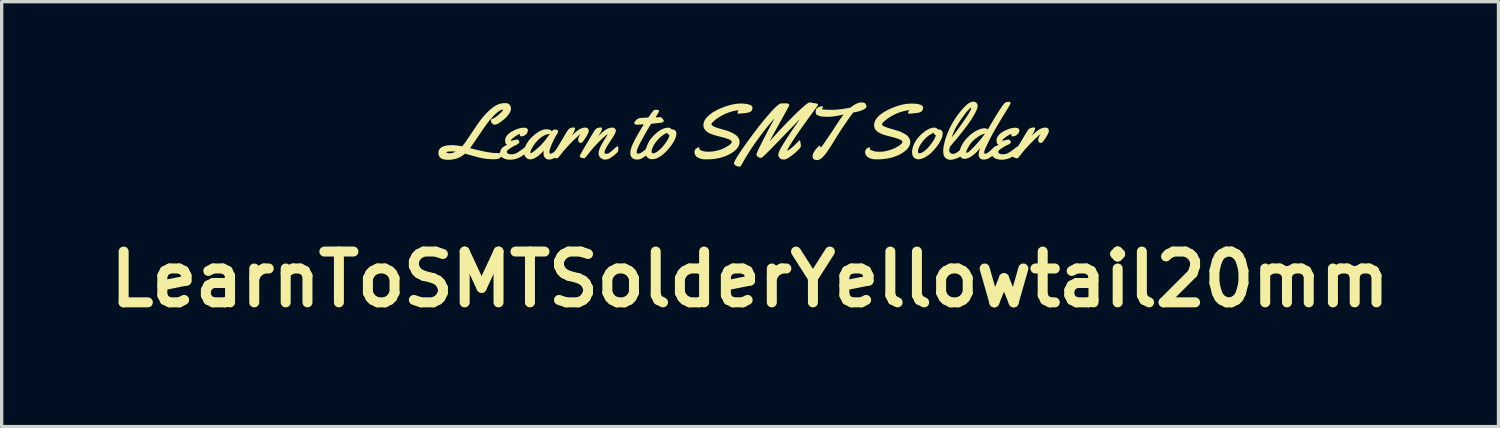
<source format=kicad_pcb>
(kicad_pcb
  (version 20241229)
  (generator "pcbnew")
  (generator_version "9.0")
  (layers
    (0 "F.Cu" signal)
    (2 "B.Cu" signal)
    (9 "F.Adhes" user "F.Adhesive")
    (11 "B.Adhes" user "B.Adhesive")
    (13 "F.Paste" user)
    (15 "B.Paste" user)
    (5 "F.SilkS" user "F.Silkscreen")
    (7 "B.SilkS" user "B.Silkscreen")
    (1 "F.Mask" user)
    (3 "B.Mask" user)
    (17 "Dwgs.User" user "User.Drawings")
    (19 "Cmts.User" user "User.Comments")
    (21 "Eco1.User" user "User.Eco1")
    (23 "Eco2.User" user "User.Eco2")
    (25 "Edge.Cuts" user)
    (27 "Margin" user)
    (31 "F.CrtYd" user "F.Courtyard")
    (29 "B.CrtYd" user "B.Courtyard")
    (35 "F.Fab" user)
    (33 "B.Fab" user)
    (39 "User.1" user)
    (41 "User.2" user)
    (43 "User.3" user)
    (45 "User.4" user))
  (footprint "LearnToSMTSolderYellowtail20mm"
    (layer "F.Cu")
    (at 19.456 5.333)
    (property "Reference" "LearnToSMTSolderYellowtail20mm" (at 0 0 0) (layer "F.SilkS") (effects (font (size 1.524 1.524) (thickness 0.3))))
    (attr board_only exclude_from_pos_files exclude_from_bom)
    (fp_poly (pts (xy 5.558 -4.551) (xy 5.592 -4.539) (xy 5.617 -4.519) (xy 5.629 -4.507) (xy 5.643 -4.501) (xy 5.665 -4.5) (xy 5.665 -4.5) (xy 5.698 -4.495) (xy 5.73 -4.48) (xy 5.756 -4.459) (xy 5.771 -4.435) (xy 5.777 -4.411) (xy 5.779 -4.378) (xy 5.777 -4.341) (xy 5.772 -4.304) (xy 5.764 -4.272) (xy 5.764 -4.27) (xy 5.73 -4.19) (xy 5.685 -4.107) (xy 5.63 -4.023) (xy 5.565 -3.938) (xy 5.491 -3.855) (xy 5.468 -3.831) (xy 5.41 -3.775) (xy 5.354 -3.729) (xy 5.298 -3.691) (xy 5.244 -3.66) (xy 5.178 -3.629) (xy 5.117 -3.611) (xy 5.06 -3.604) (xy 5.012 -3.607) (xy 4.966 -3.621) (xy 4.928 -3.644) (xy 4.898 -3.677) (xy 4.877 -3.718) (xy 4.864 -3.767) (xy 4.861 -3.823) (xy 4.862 -3.842) (xy 5.039 -3.842) (xy 5.042 -3.811) (xy 5.053 -3.791) (xy 5.071 -3.781) (xy 5.098 -3.782) (xy 5.132 -3.793) (xy 5.149 -3.801) (xy 5.177 -3.816) (xy 5.208 -3.835) (xy 5.23 -3.85) (xy 5.274 -3.886) (xy 5.322 -3.932) (xy 5.37 -3.985) (xy 5.418 -4.044) (xy 5.463 -4.104) (xy 5.503 -4.165) (xy 5.536 -4.223) (xy 5.553 -4.259) (xy 5.565 -4.29) (xy 5.571 -4.313) (xy 5.569 -4.328) (xy 5.56 -4.338) (xy 5.549 -4.343) (xy 5.531 -4.35) (xy 5.521 -4.359) (xy 5.516 -4.373) (xy 5.514 -4.38) (xy 5.51 -4.401) (xy 5.455 -4.373) (xy 5.38 -4.329) (xy 5.307 -4.273) (xy 5.238 -4.207) (xy 5.175 -4.133) (xy 5.118 -4.051) (xy 5.092 -4.007) (xy 5.067 -3.955) (xy 5.049 -3.905) (xy 5.04 -3.86) (xy 5.039 -3.842) (xy 4.862 -3.842) (xy 4.866 -3.885) (xy 4.88 -3.951) (xy 4.904 -4.023) (xy 4.905 -4.023) (xy 4.947 -4.114) (xy 5.002 -4.201) (xy 5.069 -4.284) (xy 5.147 -4.362) (xy 5.236 -4.435) (xy 5.254 -4.448) (xy 5.31 -4.484) (xy 5.366 -4.513) (xy 5.42 -4.535) (xy 5.471 -4.548) (xy 5.517 -4.554)) (stroke (width 0) (type solid)) (fill yes) (layer "F.SilkS"))
    (fp_poly (pts (xy -4.461 -4.559) (xy -4.453 -4.555) (xy -4.447 -4.548) (xy -4.447 -4.547) (xy -4.442 -4.527) (xy -4.446 -4.499) (xy -4.458 -4.464) (xy -4.479 -4.42) (xy -4.51 -4.368) (xy -4.517 -4.356) (xy -4.554 -4.297) (xy -4.496 -4.355) (xy -4.426 -4.42) (xy -4.359 -4.472) (xy -4.296 -4.511) (xy -4.237 -4.538) (xy -4.18 -4.552) (xy -4.144 -4.555) (xy -4.106 -4.552) (xy -4.075 -4.54) (xy -4.05 -4.52) (xy -4.043 -4.512) (xy -4.033 -4.498) (xy -4.028 -4.485) (xy -4.027 -4.468) (xy -4.029 -4.452) (xy -4.032 -4.432) (xy -4.038 -4.41) (xy -4.048 -4.385) (xy -4.063 -4.355) (xy -4.083 -4.32) (xy -4.109 -4.277) (xy -4.141 -4.227) (xy -4.17 -4.183) (xy -4.216 -4.112) (xy -4.255 -4.051) (xy -4.288 -3.999) (xy -4.313 -3.954) (xy -4.333 -3.916) (xy -4.348 -3.883) (xy -4.358 -3.855) (xy -4.363 -3.831) (xy -4.365 -3.823) (xy -4.366 -3.802) (xy -4.364 -3.789) (xy -4.357 -3.781) (xy -4.353 -3.778) (xy -4.33 -3.769) (xy -4.302 -3.767) (xy -4.272 -3.773) (xy -4.263 -3.776) (xy -4.232 -3.793) (xy -4.193 -3.819) (xy -4.149 -3.855) (xy -4.096 -3.901) (xy -4.084 -3.913) (xy -4.048 -3.945) (xy -4.021 -3.968) (xy -4 -3.983) (xy -3.985 -3.991) (xy -3.974 -3.992) (xy -3.965 -3.986) (xy -3.962 -3.983) (xy -3.956 -3.967) (xy -3.953 -3.942) (xy -3.952 -3.911) (xy -3.954 -3.88) (xy -3.958 -3.851) (xy -3.961 -3.842) (xy -3.97 -3.825) (xy -3.989 -3.804) (xy -4.015 -3.778) (xy -4.047 -3.749) (xy -4.083 -3.72) (xy -4.12 -3.691) (xy -4.158 -3.665) (xy -4.193 -3.642) (xy -4.221 -3.626) (xy -4.264 -3.609) (xy -4.311 -3.598) (xy -4.358 -3.595) (xy -4.399 -3.599) (xy -4.406 -3.601) (xy -4.438 -3.615) (xy -4.471 -3.637) (xy -4.5 -3.663) (xy -4.511 -3.676) (xy -4.531 -3.709) (xy -4.542 -3.746) (xy -4.545 -3.789) (xy -4.539 -3.837) (xy -4.525 -3.891) (xy -4.502 -3.952) (xy -4.47 -4.02) (xy -4.428 -4.096) (xy -4.377 -4.181) (xy -4.359 -4.21) (xy -4.33 -4.255) (xy -4.308 -4.29) (xy -4.292 -4.316) (xy -4.282 -4.335) (xy -4.277 -4.346) (xy -4.276 -4.352) (xy -4.277 -4.353) (xy -4.288 -4.349) (xy -4.307 -4.336) (xy -4.332 -4.315) (xy -4.363 -4.289) (xy -4.398 -4.257) (xy -4.437 -4.222) (xy -4.477 -4.183) (xy -4.519 -4.143) (xy -4.559 -4.102) (xy -4.598 -4.062) (xy -4.607 -4.052) (xy -4.664 -3.991) (xy -4.716 -3.933) (xy -4.766 -3.874) (xy -4.817 -3.811) (xy -4.869 -3.745) (xy -4.893 -3.714) (xy -4.916 -3.687) (xy -4.935 -3.665) (xy -4.949 -3.649) (xy -4.955 -3.644) (xy -4.972 -3.636) (xy -4.991 -3.633) (xy -5.009 -3.636) (xy -5.034 -3.642) (xy -5.06 -3.651) (xy -5.083 -3.66) (xy -5.098 -3.668) (xy -5.098 -3.668) (xy -5.105 -3.681) (xy -5.106 -3.702) (xy -5.101 -3.727) (xy -5.097 -3.736) (xy -5.092 -3.747) (xy -5.08 -3.768) (xy -5.063 -3.797) (xy -5.042 -3.835) (xy -5.016 -3.879) (xy -4.988 -3.928) (xy -4.957 -3.981) (xy -4.924 -4.036) (xy -4.891 -4.093) (xy -4.857 -4.15) (xy -4.824 -4.206) (xy -4.792 -4.259) (xy -4.763 -4.309) (xy -4.736 -4.354) (xy -4.712 -4.392) (xy -4.693 -4.423) (xy -4.679 -4.445) (xy -4.674 -4.453) (xy -4.648 -4.49) (xy -4.622 -4.517) (xy -4.596 -4.535) (xy -4.563 -4.547) (xy -4.523 -4.555) (xy -4.499 -4.558) (xy -4.475 -4.559)) (stroke (width 0) (type solid)) (fill yes) (layer "F.SilkS"))
    (fp_poly (pts (xy 3.382 -5.307) (xy 3.418 -5.3) (xy 3.445 -5.288) (xy 3.448 -5.286) (xy 3.466 -5.267) (xy 3.481 -5.24) (xy 3.491 -5.21) (xy 3.493 -5.191) (xy 3.487 -5.165) (xy 3.468 -5.139) (xy 3.437 -5.114) (xy 3.396 -5.09) (xy 3.344 -5.068) (xy 3.284 -5.048) (xy 3.215 -5.03) (xy 3.18 -5.023) (xy 3.152 -5.018) (xy 3.128 -5.014) (xy 3.112 -5.01) (xy 3.109 -5.01) (xy 3.102 -5.006) (xy 3.093 -4.999) (xy 3.08 -4.986) (xy 3.065 -4.967) (xy 3.045 -4.941) (xy 3.021 -4.908) (xy 2.991 -4.866) (xy 2.956 -4.815) (xy 2.913 -4.754) (xy 2.899 -4.733) (xy 2.852 -4.665) (xy 2.812 -4.606) (xy 2.776 -4.554) (xy 2.745 -4.507) (xy 2.716 -4.464) (xy 2.689 -4.422) (xy 2.662 -4.38) (xy 2.635 -4.336) (xy 2.605 -4.288) (xy 2.572 -4.234) (xy 2.557 -4.21) (xy 2.5 -4.117) (xy 2.449 -4.035) (xy 2.403 -3.964) (xy 2.361 -3.901) (xy 2.324 -3.846) (xy 2.291 -3.799) (xy 2.26 -3.759) (xy 2.232 -3.724) (xy 2.206 -3.694) (xy 2.186 -3.674) (xy 2.152 -3.642) (xy 2.114 -3.615) (xy 2.079 -3.595) (xy 2.061 -3.588) (xy 2.025 -3.581) (xy 1.985 -3.581) (xy 1.949 -3.589) (xy 1.933 -3.595) (xy 1.906 -3.612) (xy 1.889 -3.631) (xy 1.88 -3.656) (xy 1.877 -3.69) (xy 1.877 -3.695) (xy 1.878 -3.726) (xy 1.883 -3.75) (xy 1.893 -3.776) (xy 1.897 -3.787) (xy 1.914 -3.817) (xy 1.936 -3.851) (xy 1.961 -3.885) (xy 1.988 -3.919) (xy 2.015 -3.95) (xy 2.041 -3.977) (xy 2.064 -3.998) (xy 2.083 -4.01) (xy 2.093 -4.013) (xy 2.102 -4.011) (xy 2.106 -4.003) (xy 2.107 -3.987) (xy 2.109 -3.967) (xy 2.117 -3.96) (xy 2.128 -3.965) (xy 2.135 -3.972) (xy 2.152 -3.992) (xy 2.175 -4.022) (xy 2.204 -4.062) (xy 2.238 -4.11) (xy 2.277 -4.166) (xy 2.319 -4.228) (xy 2.365 -4.295) (xy 2.414 -4.367) (xy 2.464 -4.442) (xy 2.515 -4.52) (xy 2.567 -4.6) (xy 2.619 -4.68) (xy 2.62 -4.682) (xy 2.648 -4.723) (xy 2.677 -4.767) (xy 2.705 -4.809) (xy 2.731 -4.846) (xy 2.751 -4.874) (xy 2.771 -4.9) (xy 2.787 -4.922) (xy 2.798 -4.938) (xy 2.803 -4.946) (xy 2.803 -4.947) (xy 2.795 -4.945) (xy 2.777 -4.941) (xy 2.752 -4.936) (xy 2.728 -4.93) (xy 2.618 -4.907) (xy 2.516 -4.891) (xy 2.42 -4.881) (xy 2.328 -4.878) (xy 2.243 -4.88) (xy 2.193 -4.883) (xy 2.153 -4.887) (xy 2.12 -4.892) (xy 2.092 -4.898) (xy 2.066 -4.907) (xy 2.038 -4.919) (xy 2.036 -4.92) (xy 2.012 -4.931) (xy 1.997 -4.942) (xy 1.987 -4.954) (xy 1.979 -4.971) (xy 1.97 -5.005) (xy 1.968 -5.043) (xy 1.974 -5.081) (xy 1.983 -5.105) (xy 2.002 -5.13) (xy 2.03 -5.153) (xy 2.066 -5.172) (xy 2.104 -5.186) (xy 2.142 -5.193) (xy 2.154 -5.193) (xy 2.178 -5.191) (xy 2.19 -5.184) (xy 2.19 -5.171) (xy 2.179 -5.151) (xy 2.177 -5.148) (xy 2.167 -5.131) (xy 2.161 -5.119) (xy 2.16 -5.115) (xy 2.165 -5.108) (xy 2.181 -5.102) (xy 2.208 -5.098) (xy 2.248 -5.094) (xy 2.299 -5.091) (xy 2.362 -5.089) (xy 2.461 -5.088) (xy 2.558 -5.091) (xy 2.655 -5.099) (xy 2.755 -5.111) (xy 2.864 -5.127) (xy 2.918 -5.137) (xy 3.007 -5.153) (xy 3.068 -5.197) (xy 3.124 -5.235) (xy 3.175 -5.264) (xy 3.222 -5.285) (xy 3.269 -5.3) (xy 3.305 -5.307) (xy 3.343 -5.31)) (stroke (width 0) (type solid)) (fill yes) (layer "F.SilkS"))
    (fp_poly (pts (xy -0.201 -5.275) (xy -0.188 -5.274) (xy -0.116 -5.265) (xy -0.056 -5.253) (xy -0.007 -5.238) (xy 0.031 -5.22) (xy 0.057 -5.199) (xy 0.07 -5.175) (xy 0.07 -5.173) (xy 0.071 -5.15) (xy 0.068 -5.12) (xy 0.06 -5.09) (xy 0.05 -5.066) (xy 0.047 -5.06) (xy 0.028 -5.041) (xy 0.001 -5.024) (xy -0.036 -5.011) (xy -0.082 -4.999) (xy -0.14 -4.99) (xy -0.21 -4.983) (xy -0.24 -4.981) (xy -0.275 -4.978) (xy -0.306 -4.976) (xy -0.33 -4.973) (xy -0.344 -4.971) (xy -0.347 -4.97) (xy -0.362 -4.97) (xy -0.371 -4.979) (xy -0.375 -4.995) (xy -0.373 -5.017) (xy -0.365 -5.04) (xy -0.358 -5.053) (xy -0.34 -5.08) (xy -0.368 -5.076) (xy -0.496 -5.052) (xy -0.624 -5.014) (xy -0.752 -4.964) (xy -0.755 -4.963) (xy -0.842 -4.919) (xy -0.926 -4.87) (xy -1.004 -4.817) (xy -1.073 -4.762) (xy -1.122 -4.715) (xy -1.144 -4.689) (xy -1.157 -4.669) (xy -1.159 -4.652) (xy -1.152 -4.635) (xy -1.137 -4.618) (xy -1.121 -4.605) (xy -1.098 -4.592) (xy -1.069 -4.578) (xy -1.03 -4.563) (xy -0.983 -4.547) (xy -0.924 -4.529) (xy -0.855 -4.508) (xy -0.813 -4.496) (xy -0.757 -4.48) (xy -0.71 -4.467) (xy -0.672 -4.454) (xy -0.64 -4.443) (xy -0.611 -4.432) (xy -0.584 -4.42) (xy -0.555 -4.406) (xy -0.55 -4.404) (xy -0.499 -4.377) (xy -0.458 -4.353) (xy -0.425 -4.33) (xy -0.397 -4.306) (xy -0.373 -4.28) (xy -0.369 -4.276) (xy -0.338 -4.227) (xy -0.319 -4.176) (xy -0.314 -4.12) (xy -0.321 -4.061) (xy -0.324 -4.05) (xy -0.344 -3.998) (xy -0.376 -3.946) (xy -0.42 -3.896) (xy -0.474 -3.847) (xy -0.537 -3.801) (xy -0.609 -3.759) (xy -0.687 -3.72) (xy -0.772 -3.686) (xy -0.861 -3.657) (xy -0.955 -3.634) (xy -1.03 -3.621) (xy -1.082 -3.614) (xy -1.139 -3.608) (xy -1.2 -3.604) (xy -1.26 -3.602) (xy -1.317 -3.601) (xy -1.367 -3.602) (xy -1.407 -3.605) (xy -1.472 -3.617) (xy -1.529 -3.636) (xy -1.577 -3.662) (xy -1.617 -3.694) (xy -1.645 -3.731) (xy -1.663 -3.773) (xy -1.668 -3.814) (xy -1.663 -3.857) (xy -1.647 -3.894) (xy -1.619 -3.925) (xy -1.579 -3.95) (xy -1.565 -3.957) (xy -1.544 -3.962) (xy -1.527 -3.961) (xy -1.517 -3.954) (xy -1.517 -3.942) (xy -1.517 -3.941) (xy -1.523 -3.921) (xy -1.521 -3.906) (xy -1.509 -3.892) (xy -1.486 -3.878) (xy -1.482 -3.876) (xy -1.434 -3.856) (xy -1.382 -3.842) (xy -1.323 -3.834) (xy -1.255 -3.831) (xy -1.237 -3.831) (xy -1.135 -3.836) (xy -1.029 -3.854) (xy -0.92 -3.883) (xy -0.848 -3.907) (xy -0.811 -3.923) (xy -0.768 -3.944) (xy -0.723 -3.968) (xy -0.679 -3.994) (xy -0.639 -4.019) (xy -0.607 -4.042) (xy -0.596 -4.051) (xy -0.579 -4.07) (xy -0.563 -4.091) (xy -0.551 -4.11) (xy -0.547 -4.125) (xy -0.547 -4.125) (xy -0.551 -4.142) (xy -0.564 -4.159) (xy -0.586 -4.176) (xy -0.618 -4.194) (xy -0.661 -4.212) (xy -0.715 -4.231) (xy -0.78 -4.251) (xy -0.858 -4.272) (xy -0.927 -4.29) (xy -0.989 -4.306) (xy -1.041 -4.32) (xy -1.084 -4.333) (xy -1.12 -4.344) (xy -1.152 -4.356) (xy -1.182 -4.368) (xy -1.211 -4.381) (xy -1.219 -4.385) (xy -1.28 -4.42) (xy -1.328 -4.459) (xy -1.364 -4.503) (xy -1.388 -4.552) (xy -1.399 -4.605) (xy -1.397 -4.662) (xy -1.39 -4.699) (xy -1.375 -4.746) (xy -1.351 -4.791) (xy -1.318 -4.837) (xy -1.275 -4.886) (xy -1.27 -4.891) (xy -1.213 -4.943) (xy -1.146 -4.993) (xy -1.069 -5.041) (xy -0.981 -5.087) (xy -0.893 -5.129) (xy -0.77 -5.178) (xy -0.648 -5.218) (xy -0.529 -5.248) (xy -0.414 -5.268) (xy -0.305 -5.277)) (stroke (width 0) (type solid)) (fill yes) (layer "F.SilkS"))
    (fp_poly (pts (xy 4.857 -5.275) (xy 4.941 -5.272) (xy 5.014 -5.265) (xy 5.075 -5.252) (xy 5.125 -5.234) (xy 5.162 -5.211) (xy 5.173 -5.202) (xy 5.184 -5.19) (xy 5.191 -5.179) (xy 5.193 -5.167) (xy 5.192 -5.147) (xy 5.191 -5.135) (xy 5.184 -5.098) (xy 5.173 -5.07) (xy 5.155 -5.048) (xy 5.128 -5.029) (xy 5.106 -5.018) (xy 5.081 -5.008) (xy 5.051 -5.001) (xy 5.014 -4.994) (xy 4.968 -4.989) (xy 4.933 -4.986) (xy 4.896 -4.983) (xy 4.859 -4.979) (xy 4.827 -4.976) (xy 4.807 -4.974) (xy 4.779 -4.971) (xy 4.761 -4.971) (xy 4.752 -4.975) (xy 4.747 -4.984) (xy 4.745 -4.992) (xy 4.746 -5.016) (xy 4.757 -5.044) (xy 4.771 -5.065) (xy 4.782 -5.08) (xy 4.753 -5.076) (xy 4.634 -5.054) (xy 4.514 -5.02) (xy 4.396 -4.976) (xy 4.283 -4.921) (xy 4.176 -4.858) (xy 4.08 -4.79) (xy 4.051 -4.765) (xy 4.024 -4.74) (xy 3.999 -4.715) (xy 3.979 -4.692) (xy 3.965 -4.674) (xy 3.96 -4.662) (xy 3.96 -4.662) (xy 3.963 -4.646) (xy 3.97 -4.631) (xy 3.983 -4.616) (xy 4.003 -4.602) (xy 4.031 -4.587) (xy 4.067 -4.572) (xy 4.112 -4.556) (xy 4.168 -4.537) (xy 4.236 -4.517) (xy 4.297 -4.5) (xy 4.354 -4.483) (xy 4.401 -4.469) (xy 4.44 -4.457) (xy 4.472 -4.446) (xy 4.5 -4.436) (xy 4.527 -4.424) (xy 4.554 -4.412) (xy 4.57 -4.404) (xy 4.621 -4.377) (xy 4.662 -4.353) (xy 4.695 -4.33) (xy 4.722 -4.307) (xy 4.746 -4.281) (xy 4.751 -4.276) (xy 4.782 -4.227) (xy 4.801 -4.175) (xy 4.807 -4.119) (xy 4.8 -4.062) (xy 4.793 -4.039) (xy 4.77 -3.986) (xy 4.735 -3.933) (xy 4.688 -3.883) (xy 4.631 -3.835) (xy 4.565 -3.789) (xy 4.491 -3.747) (xy 4.409 -3.71) (xy 4.321 -3.677) (xy 4.228 -3.649) (xy 4.131 -3.628) (xy 4.123 -3.627) (xy 4.066 -3.618) (xy 4.002 -3.611) (xy 3.936 -3.605) (xy 3.871 -3.602) (xy 3.809 -3.601) (xy 3.754 -3.602) (xy 3.713 -3.605) (xy 3.649 -3.616) (xy 3.592 -3.636) (xy 3.544 -3.661) (xy 3.505 -3.693) (xy 3.476 -3.73) (xy 3.458 -3.771) (xy 3.452 -3.813) (xy 3.457 -3.857) (xy 3.472 -3.892) (xy 3.491 -3.916) (xy 3.514 -3.935) (xy 3.54 -3.95) (xy 3.565 -3.959) (xy 3.586 -3.961) (xy 3.596 -3.958) (xy 3.603 -3.95) (xy 3.602 -3.939) (xy 3.599 -3.929) (xy 3.594 -3.913) (xy 3.597 -3.903) (xy 3.607 -3.894) (xy 3.628 -3.881) (xy 3.66 -3.867) (xy 3.699 -3.853) (xy 3.74 -3.842) (xy 3.774 -3.836) (xy 3.817 -3.832) (xy 3.866 -3.831) (xy 3.918 -3.831) (xy 3.968 -3.834) (xy 4.014 -3.839) (xy 4.037 -3.842) (xy 4.148 -3.868) (xy 4.251 -3.901) (xy 4.346 -3.94) (xy 4.43 -3.985) (xy 4.487 -4.023) (xy 4.526 -4.054) (xy 4.553 -4.082) (xy 4.568 -4.106) (xy 4.572 -4.129) (xy 4.564 -4.15) (xy 4.543 -4.17) (xy 4.511 -4.19) (xy 4.465 -4.21) (xy 4.406 -4.23) (xy 4.4 -4.232) (xy 4.365 -4.243) (xy 4.321 -4.256) (xy 4.273 -4.269) (xy 4.224 -4.282) (xy 4.193 -4.29) (xy 4.131 -4.306) (xy 4.079 -4.32) (xy 4.036 -4.333) (xy 4 -4.344) (xy 3.968 -4.356) (xy 3.938 -4.368) (xy 3.909 -4.381) (xy 3.901 -4.385) (xy 3.841 -4.419) (xy 3.793 -4.457) (xy 3.758 -4.499) (xy 3.735 -4.546) (xy 3.723 -4.599) (xy 3.722 -4.606) (xy 3.724 -4.667) (xy 3.738 -4.727) (xy 3.766 -4.786) (xy 3.806 -4.844) (xy 3.858 -4.9) (xy 3.923 -4.956) (xy 3.999 -5.009) (xy 4.087 -5.061) (xy 4.186 -5.11) (xy 4.297 -5.157) (xy 4.36 -5.181) (xy 4.465 -5.217) (xy 4.563 -5.243) (xy 4.658 -5.261) (xy 4.752 -5.272) (xy 4.849 -5.275)) (stroke (width 0) (type solid)) (fill yes) (layer "F.SilkS"))
    (fp_poly (pts (xy -2.786 -5.089) (xy -2.76 -5.083) (xy -2.74 -5.073) (xy -2.732 -5.063) (xy -2.73 -5.054) (xy -2.731 -5.042) (xy -2.737 -5.026) (xy -2.748 -5.004) (xy -2.765 -4.975) (xy -2.789 -4.937) (xy -2.794 -4.928) (xy -2.81 -4.903) (xy -2.823 -4.882) (xy -2.831 -4.868) (xy -2.833 -4.863) (xy -2.827 -4.862) (xy -2.81 -4.862) (xy -2.785 -4.863) (xy -2.754 -4.864) (xy -2.753 -4.864) (xy -2.673 -4.869) (xy -2.634 -4.829) (xy -2.608 -4.801) (xy -2.593 -4.779) (xy -2.589 -4.76) (xy -2.593 -4.742) (xy -2.596 -4.737) (xy -2.604 -4.726) (xy -2.616 -4.718) (xy -2.632 -4.711) (xy -2.654 -4.705) (xy -2.684 -4.699) (xy -2.723 -4.694) (xy -2.773 -4.688) (xy -2.811 -4.684) (xy -2.855 -4.68) (xy -2.895 -4.676) (xy -2.928 -4.672) (xy -2.952 -4.669) (xy -2.966 -4.667) (xy -2.969 -4.666) (xy -2.978 -4.654) (xy -2.993 -4.631) (xy -3.013 -4.599) (xy -3.036 -4.559) (xy -3.063 -4.513) (xy -3.093 -4.462) (xy -3.124 -4.408) (xy -3.156 -4.352) (xy -3.188 -4.295) (xy -3.219 -4.238) (xy -3.249 -4.183) (xy -3.277 -4.132) (xy -3.302 -4.086) (xy -3.323 -4.046) (xy -3.339 -4.013) (xy -3.347 -3.996) (xy -3.369 -3.945) (xy -3.386 -3.897) (xy -3.396 -3.856) (xy -3.401 -3.821) (xy -3.399 -3.796) (xy -3.392 -3.781) (xy -3.377 -3.775) (xy -3.355 -3.774) (xy -3.328 -3.777) (xy -3.3 -3.785) (xy -3.29 -3.789) (xy -3.268 -3.801) (xy -3.241 -3.819) (xy -3.235 -3.823) (xy -2.953 -3.823) (xy -2.944 -3.797) (xy -2.942 -3.794) (xy -2.926 -3.782) (xy -2.902 -3.781) (xy -2.871 -3.788) (xy -2.832 -3.805) (xy -2.818 -3.813) (xy -2.755 -3.855) (xy -2.691 -3.911) (xy -2.627 -3.977) (xy -2.564 -4.055) (xy -2.511 -4.13) (xy -2.485 -4.171) (xy -2.462 -4.212) (xy -2.443 -4.249) (xy -2.429 -4.281) (xy -2.421 -4.306) (xy -2.42 -4.317) (xy -2.422 -4.331) (xy -2.429 -4.339) (xy -2.445 -4.345) (xy -2.446 -4.346) (xy -2.464 -4.353) (xy -2.473 -4.363) (xy -2.477 -4.376) (xy -2.481 -4.399) (xy -2.519 -4.383) (xy -2.585 -4.348) (xy -2.651 -4.301) (xy -2.715 -4.245) (xy -2.776 -4.181) (xy -2.833 -4.111) (xy -2.882 -4.037) (xy -2.903 -3.999) (xy -2.927 -3.947) (xy -2.944 -3.899) (xy -2.953 -3.858) (xy -2.953 -3.823) (xy -3.235 -3.823) (xy -3.211 -3.84) (xy -3.181 -3.862) (xy -3.156 -3.883) (xy -3.138 -3.899) (xy -3.136 -3.901) (xy -3.128 -3.914) (xy -3.118 -3.937) (xy -3.108 -3.964) (xy -3.105 -3.973) (xy -3.082 -4.036) (xy -3.052 -4.101) (xy -3.017 -4.163) (xy -2.994 -4.198) (xy -2.968 -4.231) (xy -2.934 -4.27) (xy -2.895 -4.311) (xy -2.854 -4.352) (xy -2.813 -4.389) (xy -2.774 -4.421) (xy -2.76 -4.433) (xy -2.7 -4.473) (xy -2.641 -4.505) (xy -2.585 -4.529) (xy -2.531 -4.545) (xy -2.482 -4.552) (xy -2.439 -4.551) (xy -2.402 -4.54) (xy -2.375 -4.521) (xy -2.36 -4.509) (xy -2.342 -4.502) (xy -2.319 -4.499) (xy -2.288 -4.493) (xy -2.263 -4.482) (xy -2.257 -4.477) (xy -2.233 -4.455) (xy -2.219 -4.43) (xy -2.212 -4.399) (xy -2.211 -4.37) (xy -2.216 -4.318) (xy -2.232 -4.26) (xy -2.258 -4.197) (xy -2.293 -4.13) (xy -2.335 -4.061) (xy -2.386 -3.99) (xy -2.443 -3.919) (xy -2.506 -3.848) (xy -2.527 -3.827) (xy -2.597 -3.762) (xy -2.667 -3.707) (xy -2.735 -3.664) (xy -2.802 -3.632) (xy -2.866 -3.613) (xy -2.928 -3.605) (xy -2.977 -3.608) (xy -3.02 -3.62) (xy -3.059 -3.641) (xy -3.09 -3.669) (xy -3.11 -3.702) (xy -3.112 -3.706) (xy -3.115 -3.712) (xy -3.12 -3.713) (xy -3.129 -3.709) (xy -3.144 -3.7) (xy -3.167 -3.683) (xy -3.175 -3.678) (xy -3.22 -3.646) (xy -3.259 -3.624) (xy -3.294 -3.609) (xy -3.329 -3.6) (xy -3.367 -3.596) (xy -3.373 -3.595) (xy -3.41 -3.596) (xy -3.44 -3.599) (xy -3.457 -3.602) (xy -3.504 -3.622) (xy -3.541 -3.648) (xy -3.567 -3.68) (xy -3.584 -3.719) (xy -3.592 -3.768) (xy -3.591 -3.82) (xy -3.587 -3.858) (xy -3.58 -3.897) (xy -3.568 -3.938) (xy -3.552 -3.984) (xy -3.529 -4.039) (xy -3.517 -4.067) (xy -3.494 -4.114) (xy -3.465 -4.171) (xy -3.432 -4.235) (xy -3.394 -4.304) (xy -3.354 -4.375) (xy -3.312 -4.447) (xy -3.27 -4.517) (xy -3.231 -4.58) (xy -3.212 -4.61) (xy -3.201 -4.631) (xy -3.197 -4.645) (xy -3.203 -4.651) (xy -3.219 -4.653) (xy -3.246 -4.651) (xy -3.281 -4.647) (xy -3.329 -4.643) (xy -3.367 -4.641) (xy -3.397 -4.641) (xy -3.42 -4.645) (xy -3.44 -4.651) (xy -3.463 -4.663) (xy -3.475 -4.677) (xy -3.475 -4.696) (xy -3.466 -4.719) (xy -3.441 -4.757) (xy -3.407 -4.791) (xy -3.368 -4.819) (xy -3.355 -4.825) (xy -3.34 -4.831) (xy -3.327 -4.836) (xy -3.31 -4.84) (xy -3.29 -4.843) (xy -3.263 -4.845) (xy -3.227 -4.847) (xy -3.185 -4.85) (xy -3.052 -4.857) (xy -3.011 -4.917) (xy -2.98 -4.961) (xy -2.951 -5.001) (xy -2.925 -5.034) (xy -2.904 -5.059) (xy -2.892 -5.071) (xy -2.873 -5.082) (xy -2.846 -5.089) (xy -2.816 -5.091)) (stroke (width 0) (type solid)) (fill yes) (layer "F.SilkS"))
    (fp_poly (pts (xy 1.829 -5.307) (xy 1.861 -5.301) (xy 1.894 -5.294) (xy 1.927 -5.288) (xy 1.956 -5.284) (xy 1.963 -5.283) (xy 1.999 -5.276) (xy 2.024 -5.265) (xy 2.036 -5.249) (xy 2.037 -5.23) (xy 2.029 -5.215) (xy 2.023 -5.206) (xy 2.01 -5.187) (xy 1.99 -5.16) (xy 1.965 -5.126) (xy 1.936 -5.086) (xy 1.904 -5.042) (xy 1.869 -4.994) (xy 1.853 -4.973) (xy 1.761 -4.847) (xy 1.672 -4.724) (xy 1.588 -4.607) (xy 1.51 -4.495) (xy 1.437 -4.389) (xy 1.37 -4.29) (xy 1.309 -4.199) (xy 1.254 -4.115) (xy 1.207 -4.039) (xy 1.167 -3.973) (xy 1.135 -3.915) (xy 1.121 -3.888) (xy 1.106 -3.86) (xy 1.131 -3.87) (xy 1.162 -3.885) (xy 1.196 -3.908) (xy 1.236 -3.938) (xy 1.281 -3.977) (xy 1.332 -4.025) (xy 1.366 -4.058) (xy 1.398 -4.09) (xy 1.428 -4.119) (xy 1.453 -4.142) (xy 1.472 -4.16) (xy 1.484 -4.171) (xy 1.488 -4.173) (xy 1.494 -4.17) (xy 1.5 -4.158) (xy 1.506 -4.137) (xy 1.512 -4.105) (xy 1.517 -4.073) (xy 1.528 -3.996) (xy 1.513 -3.966) (xy 1.497 -3.942) (xy 1.471 -3.911) (xy 1.438 -3.876) (xy 1.398 -3.838) (xy 1.355 -3.799) (xy 1.308 -3.76) (xy 1.261 -3.722) (xy 1.214 -3.688) (xy 1.17 -3.658) (xy 1.13 -3.634) (xy 1.113 -3.625) (xy 1.085 -3.611) (xy 1.064 -3.603) (xy 1.045 -3.599) (xy 1.024 -3.597) (xy 1.007 -3.597) (xy 0.962 -3.601) (xy 0.927 -3.613) (xy 0.897 -3.634) (xy 0.881 -3.651) (xy 0.862 -3.678) (xy 0.851 -3.705) (xy 0.847 -3.735) (xy 0.851 -3.769) (xy 0.862 -3.808) (xy 0.88 -3.855) (xy 0.907 -3.909) (xy 0.924 -3.94) (xy 0.95 -3.987) (xy 0.984 -4.043) (xy 1.023 -4.107) (xy 1.069 -4.179) (xy 1.118 -4.256) (xy 1.172 -4.337) (xy 1.228 -4.422) (xy 1.287 -4.508) (xy 1.347 -4.596) (xy 1.407 -4.682) (xy 1.467 -4.767) (xy 1.485 -4.793) (xy 1.489 -4.798) (xy 1.487 -4.799) (xy 1.481 -4.794) (xy 1.47 -4.783) (xy 1.453 -4.767) (xy 1.43 -4.744) (xy 1.401 -4.714) (xy 1.365 -4.677) (xy 1.322 -4.632) (xy 1.271 -4.58) (xy 1.212 -4.519) (xy 1.146 -4.45) (xy 1.07 -4.371) (xy 1.034 -4.333) (xy 0.974 -4.271) (xy 0.912 -4.207) (xy 0.851 -4.143) (xy 0.79 -4.081) (xy 0.731 -4.021) (xy 0.677 -3.965) (xy 0.627 -3.914) (xy 0.583 -3.87) (xy 0.547 -3.833) (xy 0.539 -3.825) (xy 0.493 -3.779) (xy 0.455 -3.742) (xy 0.424 -3.713) (xy 0.398 -3.69) (xy 0.378 -3.673) (xy 0.361 -3.661) (xy 0.347 -3.654) (xy 0.334 -3.649) (xy 0.321 -3.647) (xy 0.307 -3.647) (xy 0.307 -3.647) (xy 0.286 -3.651) (xy 0.26 -3.663) (xy 0.235 -3.679) (xy 0.214 -3.697) (xy 0.213 -3.698) (xy 0.199 -3.719) (xy 0.194 -3.743) (xy 0.197 -3.771) (xy 0.207 -3.804) (xy 0.217 -3.826) (xy 0.232 -3.859) (xy 0.251 -3.901) (xy 0.276 -3.951) (xy 0.304 -4.008) (xy 0.335 -4.07) (xy 0.368 -4.137) (xy 0.404 -4.207) (xy 0.441 -4.278) (xy 0.478 -4.35) (xy 0.515 -4.422) (xy 0.551 -4.491) (xy 0.587 -4.558) (xy 0.62 -4.62) (xy 0.65 -4.676) (xy 0.671 -4.713) (xy 0.694 -4.754) (xy 0.71 -4.784) (xy 0.721 -4.804) (xy 0.726 -4.816) (xy 0.727 -4.82) (xy 0.724 -4.818) (xy 0.716 -4.811) (xy 0.709 -4.803) (xy 0.687 -4.779) (xy 0.659 -4.747) (xy 0.626 -4.707) (xy 0.589 -4.663) (xy 0.551 -4.617) (xy 0.512 -4.57) (xy 0.475 -4.523) (xy 0.441 -4.48) (xy 0.432 -4.469) (xy 0.332 -4.338) (xy 0.234 -4.206) (xy 0.141 -4.075) (xy 0.053 -3.947) (xy -0.029 -3.822) (xy -0.104 -3.702) (xy -0.171 -3.589) (xy -0.218 -3.505) (xy -0.243 -3.461) (xy -0.262 -3.427) (xy -0.278 -3.404) (xy -0.291 -3.389) (xy -0.302 -3.382) (xy -0.31 -3.381) (xy -0.32 -3.382) (xy -0.338 -3.386) (xy -0.357 -3.39) (xy -0.381 -3.396) (xy -0.403 -3.402) (xy -0.414 -3.405) (xy -0.441 -3.421) (xy -0.464 -3.443) (xy -0.478 -3.467) (xy -0.48 -3.472) (xy -0.483 -3.486) (xy -0.482 -3.499) (xy -0.477 -3.516) (xy -0.466 -3.54) (xy -0.464 -3.543) (xy -0.444 -3.583) (xy -0.415 -3.633) (xy -0.38 -3.691) (xy -0.338 -3.756) (xy -0.291 -3.827) (xy -0.238 -3.904) (xy -0.182 -3.986) (xy -0.122 -4.071) (xy -0.059 -4.158) (xy 0.006 -4.248) (xy 0.073 -4.337) (xy 0.14 -4.426) (xy 0.207 -4.514) (xy 0.273 -4.6) (xy 0.339 -4.682) (xy 0.402 -4.759) (xy 0.411 -4.77) (xy 0.488 -4.863) (xy 0.558 -4.944) (xy 0.621 -5.016) (xy 0.678 -5.079) (xy 0.729 -5.132) (xy 0.775 -5.176) (xy 0.816 -5.212) (xy 0.853 -5.241) (xy 0.868 -5.251) (xy 0.892 -5.266) (xy 0.91 -5.275) (xy 0.927 -5.279) (xy 0.947 -5.281) (xy 0.955 -5.281) (xy 0.982 -5.281) (xy 1.016 -5.281) (xy 1.05 -5.282) (xy 1.057 -5.282) (xy 1.088 -5.282) (xy 1.111 -5.28) (xy 1.128 -5.276) (xy 1.143 -5.27) (xy 1.162 -5.258) (xy 1.174 -5.248) (xy 1.177 -5.235) (xy 1.173 -5.217) (xy 1.162 -5.191) (xy 1.156 -5.178) (xy 1.147 -5.162) (xy 1.132 -5.134) (xy 1.113 -5.098) (xy 1.089 -5.055) (xy 1.062 -5.006) (xy 1.032 -4.952) (xy 1 -4.894) (xy 0.967 -4.835) (xy 0.966 -4.833) (xy 0.907 -4.727) (xy 0.852 -4.628) (xy 0.802 -4.538) (xy 0.757 -4.455) (xy 0.716 -4.382) (xy 0.681 -4.318) (xy 0.652 -4.263) (xy 0.627 -4.218) (xy 0.609 -4.183) (xy 0.597 -4.159) (xy 0.591 -4.145) (xy 0.591 -4.143) (xy 0.591 -4.143) (xy 0.598 -4.151) (xy 0.611 -4.166) (xy 0.629 -4.187) (xy 0.644 -4.203) (xy 0.711 -4.28) (xy 0.783 -4.36) (xy 0.858 -4.442) (xy 0.935 -4.524) (xy 1.013 -4.607) (xy 1.092 -4.689) (xy 1.171 -4.77) (xy 1.248 -4.848) (xy 1.323 -4.923) (xy 1.395 -4.993) (xy 1.464 -5.058) (xy 1.527 -5.117) (xy 1.585 -5.169) (xy 1.636 -5.213) (xy 1.68 -5.249) (xy 1.696 -5.261) (xy 1.729 -5.284) (xy 1.755 -5.3) (xy 1.778 -5.308) (xy 1.801 -5.31)) (stroke (width 0) (type solid)) (fill yes) (layer "F.SilkS"))
    (fp_poly (pts (xy 6.74 -5.328) (xy 6.777 -5.31) (xy 6.787 -5.302) (xy 6.811 -5.274) (xy 6.825 -5.24) (xy 6.829 -5.2) (xy 6.821 -5.152) (xy 6.807 -5.106) (xy 6.791 -5.068) (xy 6.769 -5.022) (xy 6.742 -4.97) (xy 6.71 -4.914) (xy 6.675 -4.855) (xy 6.639 -4.797) (xy 6.625 -4.777) (xy 6.584 -4.716) (xy 6.536 -4.648) (xy 6.48 -4.573) (xy 6.42 -4.494) (xy 6.355 -4.411) (xy 6.289 -4.327) (xy 6.22 -4.243) (xy 6.152 -4.161) (xy 6.094 -4.093) (xy 6.068 -4.062) (xy 6.044 -4.034) (xy 6.024 -4.011) (xy 6.009 -3.994) (xy 6.002 -3.986) (xy 6.002 -3.986) (xy 5.996 -3.973) (xy 5.989 -3.951) (xy 5.984 -3.923) (xy 5.979 -3.895) (xy 5.977 -3.869) (xy 5.976 -3.849) (xy 5.977 -3.845) (xy 5.984 -3.827) (xy 5.996 -3.809) (xy 5.998 -3.806) (xy 6.027 -3.781) (xy 6.062 -3.768) (xy 6.101 -3.766) (xy 6.145 -3.776) (xy 6.191 -3.797) (xy 6.234 -3.825) (xy 6.241 -3.83) (xy 6.487 -3.83) (xy 6.489 -3.81) (xy 6.495 -3.799) (xy 6.507 -3.797) (xy 6.527 -3.806) (xy 6.553 -3.822) (xy 6.571 -3.835) (xy 6.595 -3.857) (xy 6.626 -3.886) (xy 6.661 -3.92) (xy 6.698 -3.958) (xy 6.737 -3.998) (xy 6.776 -4.039) (xy 6.813 -4.079) (xy 6.847 -4.117) (xy 6.867 -4.14) (xy 6.898 -4.177) (xy 6.929 -4.214) (xy 6.958 -4.251) (xy 6.985 -4.285) (xy 7.008 -4.316) (xy 7.027 -4.341) (xy 7.039 -4.359) (xy 7.045 -4.369) (xy 7.045 -4.371) (xy 7.036 -4.371) (xy 7.018 -4.366) (xy 6.994 -4.358) (xy 6.965 -4.346) (xy 6.935 -4.333) (xy 6.907 -4.319) (xy 6.902 -4.317) (xy 6.824 -4.269) (xy 6.749 -4.213) (xy 6.68 -4.149) (xy 6.62 -4.081) (xy 6.614 -4.073) (xy 6.597 -4.048) (xy 6.578 -4.018) (xy 6.558 -3.983) (xy 6.538 -3.947) (xy 6.52 -3.912) (xy 6.505 -3.88) (xy 6.493 -3.854) (xy 6.487 -3.835) (xy 6.487 -3.83) (xy 6.241 -3.83) (xy 6.263 -3.848) (xy 6.283 -3.867) (xy 6.296 -3.886) (xy 6.305 -3.909) (xy 6.309 -3.922) (xy 6.322 -3.957) (xy 6.341 -3.999) (xy 6.365 -4.045) (xy 6.392 -4.091) (xy 6.409 -4.118) (xy 6.46 -4.187) (xy 6.518 -4.252) (xy 6.581 -4.313) (xy 6.648 -4.369) (xy 6.718 -4.418) (xy 6.788 -4.46) (xy 6.858 -4.493) (xy 6.926 -4.518) (xy 6.991 -4.532) (xy 7.026 -4.534) (xy 7.054 -4.534) (xy 7.075 -4.531) (xy 7.094 -4.523) (xy 7.103 -4.518) (xy 7.121 -4.508) (xy 7.133 -4.502) (xy 7.136 -4.502) (xy 7.14 -4.508) (xy 7.149 -4.524) (xy 7.164 -4.548) (xy 7.182 -4.579) (xy 7.203 -4.616) (xy 7.223 -4.65) (xy 7.275 -4.738) (xy 7.325 -4.822) (xy 7.374 -4.902) (xy 7.42 -4.977) (xy 7.464 -5.046) (xy 7.504 -5.108) (xy 7.54 -5.162) (xy 7.571 -5.207) (xy 7.597 -5.242) (xy 7.617 -5.265) (xy 7.641 -5.29) (xy 7.663 -5.307) (xy 7.687 -5.318) (xy 7.719 -5.325) (xy 7.727 -5.327) (xy 7.764 -5.33) (xy 7.79 -5.327) (xy 7.807 -5.315) (xy 7.814 -5.304) (xy 7.817 -5.297) (xy 7.817 -5.288) (xy 7.814 -5.276) (xy 7.809 -5.261) (xy 7.799 -5.241) (xy 7.784 -5.215) (xy 7.765 -5.182) (xy 7.74 -5.14) (xy 7.708 -5.088) (xy 7.697 -5.07) (xy 7.626 -4.956) (xy 7.563 -4.852) (xy 7.505 -4.757) (xy 7.453 -4.669) (xy 7.406 -4.589) (xy 7.362 -4.515) (xy 7.323 -4.446) (xy 7.286 -4.38) (xy 7.252 -4.317) (xy 7.22 -4.256) (xy 7.188 -4.195) (xy 7.158 -4.134) (xy 7.14 -4.097) (xy 7.106 -4.027) (xy 7.079 -3.968) (xy 7.057 -3.919) (xy 7.042 -3.878) (xy 7.032 -3.845) (xy 7.027 -3.819) (xy 7.027 -3.799) (xy 7.032 -3.784) (xy 7.038 -3.777) (xy 7.054 -3.768) (xy 7.077 -3.771) (xy 7.106 -3.784) (xy 7.142 -3.807) (xy 7.185 -3.841) (xy 7.234 -3.886) (xy 7.254 -3.905) (xy 7.283 -3.933) (xy 7.309 -3.957) (xy 7.331 -3.976) (xy 7.347 -3.989) (xy 7.355 -3.993) (xy 7.355 -3.993) (xy 7.366 -3.996) (xy 7.385 -4.004) (xy 7.408 -4.014) (xy 7.41 -4.016) (xy 7.454 -4.038) (xy 7.437 -4.049) (xy 7.418 -4.067) (xy 7.406 -4.094) (xy 7.399 -4.131) (xy 7.397 -4.167) (xy 7.398 -4.197) (xy 7.4 -4.218) (xy 7.405 -4.237) (xy 7.414 -4.257) (xy 7.416 -4.261) (xy 7.449 -4.315) (xy 7.494 -4.363) (xy 7.55 -4.408) (xy 7.618 -4.449) (xy 7.64 -4.46) (xy 7.688 -4.483) (xy 7.728 -4.501) (xy 7.765 -4.515) (xy 7.802 -4.526) (xy 7.827 -4.533) (xy 7.891 -4.546) (xy 7.948 -4.551) (xy 7.997 -4.548) (xy 8.036 -4.537) (xy 8.06 -4.522) (xy 8.072 -4.51) (xy 8.078 -4.497) (xy 8.08 -4.478) (xy 8.08 -4.471) (xy 8.073 -4.429) (xy 8.055 -4.388) (xy 8.026 -4.352) (xy 7.988 -4.323) (xy 7.963 -4.309) (xy 7.936 -4.299) (xy 7.907 -4.294) (xy 7.879 -4.292) (xy 7.858 -4.296) (xy 7.85 -4.3) (xy 7.844 -4.311) (xy 7.84 -4.33) (xy 7.839 -4.338) (xy 7.837 -4.368) (xy 7.785 -4.341) (xy 7.749 -4.321) (xy 7.713 -4.298) (xy 7.676 -4.273) (xy 7.643 -4.248) (xy 7.613 -4.224) (xy 7.589 -4.202) (xy 7.573 -4.184) (xy 7.567 -4.171) (xy 7.567 -4.17) (xy 7.568 -4.164) (xy 7.575 -4.161) (xy 7.588 -4.161) (xy 7.609 -4.165) (xy 7.64 -4.172) (xy 7.67 -4.18) (xy 7.711 -4.19) (xy 7.741 -4.195) (xy 7.763 -4.195) (xy 7.78 -4.191) (xy 7.793 -4.18) (xy 7.805 -4.164) (xy 7.807 -4.161) (xy 7.818 -4.141) (xy 7.825 -4.123) (xy 7.827 -4.116) (xy 7.821 -4.101) (xy 7.806 -4.083) (xy 7.783 -4.064) (xy 7.756 -4.047) (xy 7.729 -4.034) (xy 7.696 -4.019) (xy 7.657 -3.999) (xy 7.617 -3.976) (xy 7.576 -3.95) (xy 7.537 -3.925) (xy 7.504 -3.901) (xy 7.477 -3.879) (xy 7.46 -3.862) (xy 7.46 -3.862) (xy 7.448 -3.838) (xy 7.449 -3.813) (xy 7.463 -3.789) (xy 7.466 -3.787) (xy 7.487 -3.771) (xy 7.516 -3.76) (xy 7.553 -3.755) (xy 7.587 -3.753) (xy 7.626 -3.755) (xy 7.663 -3.762) (xy 7.701 -3.773) (xy 7.741 -3.791) (xy 7.785 -3.815) (xy 7.833 -3.847) (xy 7.888 -3.887) (xy 7.94 -3.927) (xy 7.968 -3.948) (xy 7.994 -3.967) (xy 8.015 -3.981) (xy 8.029 -3.99) (xy 8.03 -3.99) (xy 8.037 -3.995) (xy 8.045 -4.003) (xy 8.056 -4.016) (xy 8.069 -4.036) (xy 8.086 -4.063) (xy 8.108 -4.099) (xy 8.135 -4.144) (xy 8.163 -4.191) (xy 8.204 -4.26) (xy 8.238 -4.318) (xy 8.267 -4.367) (xy 8.292 -4.407) (xy 8.312 -4.439) (xy 8.329 -4.464) (xy 8.342 -4.483) (xy 8.354 -4.497) (xy 8.363 -4.507) (xy 8.364 -4.508) (xy 8.398 -4.532) (xy 8.442 -4.548) (xy 8.491 -4.557) (xy 8.517 -4.559) (xy 8.532 -4.558) (xy 8.542 -4.555) (xy 8.546 -4.551) (xy 8.553 -4.533) (xy 8.55 -4.506) (xy 8.54 -4.471) (xy 8.52 -4.428) (xy 8.493 -4.38) (xy 8.475 -4.35) (xy 8.445 -4.304) (xy 8.516 -4.372) (xy 8.584 -4.432) (xy 8.648 -4.48) (xy 8.709 -4.516) (xy 8.769 -4.54) (xy 8.821 -4.553) (xy 8.868 -4.555) (xy 8.906 -4.548) (xy 8.936 -4.531) (xy 8.956 -4.506) (xy 8.965 -4.474) (xy 8.964 -4.436) (xy 8.951 -4.392) (xy 8.948 -4.385) (xy 8.932 -4.352) (xy 8.911 -4.315) (xy 8.887 -4.275) (xy 8.862 -4.236) (xy 8.837 -4.198) (xy 8.813 -4.164) (xy 8.791 -4.135) (xy 8.773 -4.115) (xy 8.761 -4.105) (xy 8.732 -4.094) (xy 8.704 -4.095) (xy 8.68 -4.107) (xy 8.661 -4.128) (xy 8.649 -4.158) (xy 8.647 -4.184) (xy 8.651 -4.223) (xy 8.663 -4.262) (xy 8.686 -4.303) (xy 8.693 -4.314) (xy 8.719 -4.354) (xy 8.699 -4.342) (xy 8.676 -4.326) (xy 8.646 -4.301) (xy 8.607 -4.266) (xy 8.56 -4.222) (xy 8.505 -4.169) (xy 8.444 -4.106) (xy 8.44 -4.103) (xy 8.376 -4.037) (xy 8.32 -3.977) (xy 8.27 -3.923) (xy 8.225 -3.87) (xy 8.182 -3.818) (xy 8.139 -3.764) (xy 8.133 -3.757) (xy 8.103 -3.717) (xy 8.079 -3.687) (xy 8.06 -3.665) (xy 8.046 -3.65) (xy 8.034 -3.641) (xy 8.024 -3.636) (xy 8.014 -3.634) (xy 8.006 -3.633) (xy 7.982 -3.636) (xy 7.954 -3.644) (xy 7.926 -3.655) (xy 7.903 -3.666) (xy 7.893 -3.674) (xy 7.886 -3.68) (xy 7.879 -3.682) (xy 7.868 -3.679) (xy 7.851 -3.67) (xy 7.838 -3.664) (xy 7.776 -3.634) (xy 7.71 -3.612) (xy 7.642 -3.598) (xy 7.575 -3.591) (xy 7.51 -3.592) (xy 7.449 -3.6) (xy 7.393 -3.615) (xy 7.344 -3.637) (xy 7.304 -3.667) (xy 7.292 -3.68) (xy 7.269 -3.707) (xy 7.229 -3.676) (xy 7.17 -3.636) (xy 7.111 -3.61) (xy 7.052 -3.596) (xy 6.999 -3.595) (xy 6.951 -3.604) (xy 6.912 -3.622) (xy 6.884 -3.648) (xy 6.866 -3.683) (xy 6.858 -3.726) (xy 6.86 -3.778) (xy 6.872 -3.839) (xy 6.886 -3.885) (xy 6.905 -3.941) (xy 6.881 -3.912) (xy 6.817 -3.84) (xy 6.752 -3.777) (xy 6.688 -3.724) (xy 6.625 -3.681) (xy 6.564 -3.649) (xy 6.506 -3.627) (xy 6.451 -3.618) (xy 6.44 -3.618) (xy 6.401 -3.62) (xy 6.372 -3.627) (xy 6.348 -3.642) (xy 6.33 -3.662) (xy 6.312 -3.684) (xy 6.263 -3.658) (xy 6.183 -3.623) (xy 6.104 -3.6) (xy 6.064 -3.593) (xy 6.039 -3.59) (xy 6.019 -3.588) (xy 6.008 -3.587) (xy 6.007 -3.587) (xy 5.999 -3.589) (xy 5.982 -3.591) (xy 5.969 -3.593) (xy 5.919 -3.607) (xy 5.877 -3.631) (xy 5.843 -3.666) (xy 5.817 -3.711) (xy 5.812 -3.724) (xy 5.804 -3.755) (xy 5.799 -3.796) (xy 5.797 -3.844) (xy 5.798 -3.895) (xy 5.802 -3.947) (xy 5.809 -3.997) (xy 5.809 -4) (xy 5.836 -4.118) (xy 5.872 -4.241) (xy 5.881 -4.266) (xy 6.051 -4.266) (xy 6.053 -4.264) (xy 6.053 -4.264) (xy 6.059 -4.271) (xy 6.071 -4.287) (xy 6.089 -4.309) (xy 6.109 -4.335) (xy 6.118 -4.347) (xy 6.159 -4.4) (xy 6.204 -4.46) (xy 6.251 -4.524) (xy 6.299 -4.591) (xy 6.348 -4.659) (xy 6.394 -4.725) (xy 6.438 -4.789) (xy 6.478 -4.847) (xy 6.512 -4.899) (xy 6.539 -4.94) (xy 6.569 -4.991) (xy 6.594 -5.037) (xy 6.614 -5.077) (xy 6.627 -5.109) (xy 6.633 -5.133) (xy 6.632 -5.148) (xy 6.624 -5.153) (xy 6.616 -5.148) (xy 6.6 -5.135) (xy 6.579 -5.115) (xy 6.555 -5.09) (xy 6.529 -5.061) (xy 6.503 -5.032) (xy 6.479 -5.002) (xy 6.472 -4.993) (xy 6.407 -4.906) (xy 6.345 -4.821) (xy 6.289 -4.739) (xy 6.238 -4.662) (xy 6.195 -4.591) (xy 6.16 -4.528) (xy 6.152 -4.513) (xy 6.141 -4.488) (xy 6.127 -4.459) (xy 6.113 -4.425) (xy 6.098 -4.391) (xy 6.085 -4.357) (xy 6.072 -4.326) (xy 6.062 -4.299) (xy 6.055 -4.278) (xy 6.051 -4.266) (xy 5.881 -4.266) (xy 5.918 -4.366) (xy 5.971 -4.492) (xy 6.031 -4.615) (xy 6.098 -4.734) (xy 6.169 -4.846) (xy 6.171 -4.85) (xy 6.221 -4.92) (xy 6.273 -4.988) (xy 6.326 -5.054) (xy 6.377 -5.114) (xy 6.428 -5.169) (xy 6.475 -5.216) (xy 6.518 -5.254) (xy 6.551 -5.279) (xy 6.603 -5.309) (xy 6.653 -5.327) (xy 6.698 -5.333)) (stroke (width 0) (type solid)) (fill yes) (layer "F.SilkS"))
    (fp_poly (pts (xy -7.311 -5.288) (xy -7.293 -5.285) (xy -7.277 -5.28) (xy -7.259 -5.272) (xy -7.222 -5.247) (xy -7.196 -5.215) (xy -7.18 -5.176) (xy -7.174 -5.128) (xy -7.173 -5.12) (xy -7.179 -5.077) (xy -7.196 -5.03) (xy -7.224 -4.98) (xy -7.26 -4.928) (xy -7.304 -4.876) (xy -7.355 -4.826) (xy -7.395 -4.792) (xy -7.459 -4.742) (xy -7.515 -4.703) (xy -7.563 -4.673) (xy -7.606 -4.654) (xy -7.643 -4.644) (xy -7.676 -4.643) (xy -7.704 -4.651) (xy -7.729 -4.669) (xy -7.751 -4.695) (xy -7.752 -4.696) (xy -7.765 -4.719) (xy -7.772 -4.739) (xy -7.773 -4.764) (xy -7.77 -4.792) (xy -7.762 -4.812) (xy -7.75 -4.822) (xy -7.735 -4.821) (xy -7.734 -4.82) (xy -7.721 -4.82) (xy -7.699 -4.829) (xy -7.67 -4.846) (xy -7.633 -4.871) (xy -7.591 -4.903) (xy -7.544 -4.942) (xy -7.508 -4.973) (xy -7.483 -4.996) (xy -7.459 -5.02) (xy -7.438 -5.044) (xy -7.422 -5.064) (xy -7.412 -5.079) (xy -7.41 -5.087) (xy -7.421 -5.093) (xy -7.44 -5.092) (xy -7.465 -5.085) (xy -7.483 -5.078) (xy -7.513 -5.061) (xy -7.548 -5.037) (xy -7.587 -5.006) (xy -7.628 -4.972) (xy -7.667 -4.936) (xy -7.693 -4.909) (xy -7.727 -4.873) (xy -7.759 -4.838) (xy -7.79 -4.803) (xy -7.82 -4.767) (xy -7.852 -4.727) (xy -7.885 -4.684) (xy -7.92 -4.636) (xy -7.958 -4.582) (xy -8.001 -4.521) (xy -8.049 -4.451) (xy -8.103 -4.372) (xy -8.127 -4.336) (xy -8.164 -4.281) (xy -8.201 -4.226) (xy -8.237 -4.174) (xy -8.27 -4.126) (xy -8.299 -4.084) (xy -8.323 -4.048) (xy -8.342 -4.021) (xy -8.352 -4.008) (xy -8.37 -3.982) (xy -8.385 -3.96) (xy -8.395 -3.945) (xy -8.399 -3.937) (xy -8.399 -3.937) (xy -8.392 -3.935) (xy -8.373 -3.93) (xy -8.345 -3.923) (xy -8.31 -3.914) (xy -8.269 -3.904) (xy -8.225 -3.893) (xy -8.179 -3.883) (xy -8.133 -3.872) (xy -8.09 -3.862) (xy -8.05 -3.853) (xy -8.016 -3.846) (xy -7.993 -3.841) (xy -7.908 -3.824) (xy -7.833 -3.811) (xy -7.767 -3.802) (xy -7.707 -3.795) (xy -7.65 -3.792) (xy -7.604 -3.791) (xy -7.505 -3.79) (xy -7.496 -3.832) (xy -7.48 -3.883) (xy -7.454 -3.927) (xy -7.416 -3.965) (xy -7.367 -3.999) (xy -7.339 -4.013) (xy -7.289 -4.038) (xy -7.308 -4.049) (xy -7.327 -4.066) (xy -7.34 -4.093) (xy -7.347 -4.131) (xy -7.349 -4.163) (xy -7.349 -4.193) (xy -7.346 -4.215) (xy -7.34 -4.235) (xy -7.329 -4.26) (xy -7.3 -4.309) (xy -7.261 -4.355) (xy -7.211 -4.397) (xy -7.149 -4.437) (xy -7.101 -4.463) (xy -7.031 -4.495) (xy -6.963 -4.52) (xy -6.899 -4.538) (xy -6.84 -4.549) (xy -6.787 -4.552) (xy -6.741 -4.547) (xy -6.704 -4.534) (xy -6.686 -4.522) (xy -6.674 -4.51) (xy -6.669 -4.497) (xy -6.667 -4.478) (xy -6.667 -4.471) (xy -6.673 -4.429) (xy -6.691 -4.39) (xy -6.718 -4.355) (xy -6.752 -4.326) (xy -6.792 -4.305) (xy -6.835 -4.294) (xy -6.853 -4.292) (xy -6.88 -4.294) (xy -6.896 -4.301) (xy -6.905 -4.316) (xy -6.908 -4.338) (xy -6.91 -4.368) (xy -6.964 -4.34) (xy -6.992 -4.325) (xy -7.024 -4.304) (xy -7.057 -4.282) (xy -7.091 -4.258) (xy -7.121 -4.234) (xy -7.146 -4.213) (xy -7.164 -4.197) (xy -7.17 -4.19) (xy -7.177 -4.176) (xy -7.177 -4.167) (xy -7.169 -4.163) (xy -7.152 -4.163) (xy -7.124 -4.168) (xy -7.085 -4.178) (xy -7.082 -4.179) (xy -7.041 -4.188) (xy -7.011 -4.194) (xy -6.99 -4.196) (xy -6.977 -4.194) (xy -6.958 -4.184) (xy -6.941 -4.165) (xy -6.927 -4.143) (xy -6.92 -4.121) (xy -6.92 -4.119) (xy -6.926 -4.102) (xy -6.942 -4.082) (xy -6.967 -4.062) (xy -6.997 -4.043) (xy -7.025 -4.03) (xy -7.057 -4.016) (xy -7.094 -3.996) (xy -7.133 -3.973) (xy -7.173 -3.949) (xy -7.211 -3.924) (xy -7.244 -3.9) (xy -7.269 -3.879) (xy -7.283 -3.865) (xy -7.298 -3.841) (xy -7.298 -3.816) (xy -7.286 -3.792) (xy -7.281 -3.787) (xy -7.258 -3.77) (xy -7.228 -3.759) (xy -7.189 -3.755) (xy -7.143 -3.755) (xy -7.107 -3.758) (xy -7.073 -3.764) (xy -7.04 -3.775) (xy -7.004 -3.791) (xy -6.966 -3.813) (xy -6.945 -3.827) (xy -6.591 -3.827) (xy -6.59 -3.81) (xy -6.587 -3.8) (xy -6.581 -3.791) (xy -6.575 -3.788) (xy -6.564 -3.791) (xy -6.551 -3.798) (xy -6.533 -3.809) (xy -6.506 -3.828) (xy -6.474 -3.853) (xy -6.437 -3.883) (xy -6.399 -3.916) (xy -6.36 -3.95) (xy -6.322 -3.984) (xy -6.292 -4.012) (xy -6.26 -4.045) (xy -6.23 -4.077) (xy -6.2 -4.111) (xy -6.168 -4.151) (xy -6.132 -4.197) (xy -6.108 -4.229) (xy -6.007 -4.367) (xy -6.035 -4.363) (xy -6.099 -4.349) (xy -6.16 -4.326) (xy -6.222 -4.293) (xy -6.284 -4.25) (xy -6.348 -4.194) (xy -6.365 -4.177) (xy -6.438 -4.097) (xy -6.503 -4.008) (xy -6.555 -3.917) (xy -6.573 -3.878) (xy -6.585 -3.849) (xy -6.591 -3.827) (xy -6.945 -3.827) (xy -6.922 -3.842) (xy -6.871 -3.878) (xy -6.841 -3.9) (xy -6.757 -3.963) (xy -6.72 -4.037) (xy -6.687 -4.097) (xy -6.652 -4.151) (xy -6.611 -4.202) (xy -6.562 -4.254) (xy -6.536 -4.28) (xy -6.454 -4.352) (xy -6.373 -4.41) (xy -6.294 -4.456) (xy -6.216 -4.488) (xy -6.176 -4.498) (xy -6.131 -4.503) (xy -6.087 -4.504) (xy -6.045 -4.5) (xy -6.012 -4.491) (xy -6.006 -4.489) (xy -5.985 -4.477) (xy -5.968 -4.464) (xy -5.963 -4.458) (xy -5.95 -4.442) (xy -5.93 -4.465) (xy -5.903 -4.486) (xy -5.869 -4.496) (xy -5.827 -4.495) (xy -5.816 -4.493) (xy -5.793 -4.487) (xy -5.779 -4.479) (xy -5.77 -4.467) (xy -5.77 -4.467) (xy -5.762 -4.447) (xy -5.761 -4.429) (xy -5.766 -4.407) (xy -5.779 -4.381) (xy -5.797 -4.353) (xy -5.823 -4.311) (xy -5.852 -4.259) (xy -5.882 -4.202) (xy -5.911 -4.142) (xy -5.939 -4.082) (xy -5.963 -4.026) (xy -5.966 -4.018) (xy -5.991 -3.953) (xy -6.008 -3.898) (xy -6.017 -3.854) (xy -6.02 -3.82) (xy -6.015 -3.794) (xy -6.006 -3.78) (xy -5.996 -3.772) (xy -5.985 -3.77) (xy -5.969 -3.774) (xy -5.947 -3.784) (xy -5.931 -3.792) (xy -5.914 -3.802) (xy -5.898 -3.812) (xy -5.883 -3.823) (xy -5.868 -3.837) (xy -5.853 -3.854) (xy -5.836 -3.876) (xy -5.817 -3.903) (xy -5.795 -3.936) (xy -5.769 -3.977) (xy -5.74 -4.026) (xy -5.705 -4.084) (xy -5.664 -4.153) (xy -5.656 -4.167) (xy -5.614 -4.238) (xy -5.577 -4.3) (xy -5.546 -4.351) (xy -5.52 -4.394) (xy -5.499 -4.429) (xy -5.48 -4.456) (xy -5.465 -4.478) (xy -5.452 -4.495) (xy -5.441 -4.508) (xy -5.431 -4.517) (xy -5.422 -4.525) (xy -5.417 -4.527) (xy -5.393 -4.539) (xy -5.364 -4.549) (xy -5.333 -4.555) (xy -5.304 -4.559) (xy -5.28 -4.559) (xy -5.264 -4.554) (xy -5.263 -4.553) (xy -5.254 -4.537) (xy -5.253 -4.511) (xy -5.263 -4.477) (xy -5.281 -4.434) (xy -5.309 -4.384) (xy -5.319 -4.367) (xy -5.354 -4.311) (xy -5.297 -4.365) (xy -5.231 -4.424) (xy -5.17 -4.471) (xy -5.113 -4.507) (xy -5.059 -4.533) (xy -5.006 -4.549) (xy -4.984 -4.553) (xy -4.937 -4.555) (xy -4.899 -4.548) (xy -4.869 -4.532) (xy -4.85 -4.508) (xy -4.841 -4.476) (xy -4.842 -4.437) (xy -4.855 -4.392) (xy -4.869 -4.36) (xy -4.886 -4.33) (xy -4.906 -4.295) (xy -4.929 -4.258) (xy -4.954 -4.221) (xy -4.978 -4.186) (xy -5 -4.154) (xy -5.02 -4.129) (xy -5.035 -4.112) (xy -5.042 -4.106) (xy -5.072 -4.095) (xy -5.101 -4.095) (xy -5.126 -4.108) (xy -5.146 -4.132) (xy -5.147 -4.134) (xy -5.158 -4.17) (xy -5.157 -4.21) (xy -5.145 -4.254) (xy -5.122 -4.3) (xy -5.109 -4.321) (xy -5.085 -4.356) (xy -5.106 -4.343) (xy -5.129 -4.326) (xy -5.16 -4.3) (xy -5.198 -4.266) (xy -5.242 -4.226) (xy -5.29 -4.179) (xy -5.341 -4.128) (xy -5.366 -4.103) (xy -5.431 -4.036) (xy -5.487 -3.975) (xy -5.538 -3.919) (xy -5.586 -3.863) (xy -5.632 -3.807) (xy -5.666 -3.763) (xy -5.698 -3.722) (xy -5.724 -3.691) (xy -5.744 -3.668) (xy -5.759 -3.652) (xy -5.772 -3.642) (xy -5.783 -3.636) (xy -5.794 -3.634) (xy -5.801 -3.633) (xy -5.823 -3.635) (xy -5.842 -3.639) (xy -5.843 -3.64) (xy -5.855 -3.642) (xy -5.869 -3.64) (xy -5.89 -3.632) (xy -5.903 -3.626) (xy -5.959 -3.605) (xy -6.011 -3.595) (xy -6.059 -3.597) (xy -6.101 -3.61) (xy -6.138 -3.633) (xy -6.167 -3.667) (xy -6.177 -3.684) (xy -6.187 -3.707) (xy -6.193 -3.726) (xy -6.196 -3.748) (xy -6.196 -3.777) (xy -6.195 -3.805) (xy -6.194 -3.829) (xy -6.192 -3.846) (xy -6.191 -3.848) (xy -6.191 -3.853) (xy -6.197 -3.852) (xy -6.208 -3.842) (xy -6.226 -3.825) (xy -6.25 -3.8) (xy -6.306 -3.747) (xy -6.363 -3.7) (xy -6.418 -3.662) (xy -6.472 -3.632) (xy -6.522 -3.612) (xy -6.566 -3.602) (xy -6.573 -3.601) (xy -6.621 -3.602) (xy -6.66 -3.612) (xy -6.695 -3.631) (xy -6.701 -3.635) (xy -6.72 -3.653) (xy -6.739 -3.676) (xy -6.754 -3.701) (xy -6.764 -3.723) (xy -6.767 -3.735) (xy -6.767 -3.743) (xy -6.771 -3.745) (xy -6.779 -3.742) (xy -6.794 -3.733) (xy -6.812 -3.721) (xy -6.898 -3.669) (xy -6.984 -3.63) (xy -7.069 -3.604) (xy -7.154 -3.592) (xy -7.239 -3.592) (xy -7.251 -3.593) (xy -7.284 -3.598) (xy -7.316 -3.604) (xy -7.343 -3.611) (xy -7.349 -3.613) (xy -7.378 -3.625) (xy -7.408 -3.641) (xy -7.434 -3.659) (xy -7.452 -3.676) (xy -7.453 -3.676) (xy -7.459 -3.681) (xy -7.466 -3.68) (xy -7.477 -3.67) (xy -7.484 -3.661) (xy -7.508 -3.64) (xy -7.539 -3.625) (xy -7.58 -3.614) (xy -7.632 -3.607) (xy -7.694 -3.604) (xy -7.767 -3.606) (xy -7.793 -3.607) (xy -7.853 -3.611) (xy -7.91 -3.617) (xy -7.966 -3.624) (xy -8.024 -3.634) (xy -8.085 -3.646) (xy -8.151 -3.662) (xy -8.225 -3.681) (xy -8.308 -3.704) (xy -8.353 -3.716) (xy -8.55 -3.772) (xy -8.573 -3.754) (xy -8.607 -3.729) (xy -8.646 -3.703) (xy -8.683 -3.68) (xy -8.712 -3.664) (xy -8.785 -3.633) (xy -8.865 -3.61) (xy -8.95 -3.595) (xy -9.035 -3.588) (xy -9.118 -3.59) (xy -9.15 -3.594) (xy -9.21 -3.607) (xy -9.259 -3.626) (xy -9.297 -3.653) (xy -9.325 -3.687) (xy -9.343 -3.729) (xy -9.35 -3.77) (xy -9.351 -3.81) (xy -9.107 -3.81) (xy -9.106 -3.801) (xy -9.105 -3.8) (xy -9.098 -3.798) (xy -9.084 -3.792) (xy -9.077 -3.79) (xy -9.05 -3.784) (xy -9.015 -3.783) (xy -8.976 -3.786) (xy -8.936 -3.793) (xy -8.921 -3.797) (xy -8.894 -3.806) (xy -8.868 -3.816) (xy -8.859 -3.82) (xy -8.831 -3.832) (xy -8.869 -3.837) (xy -8.895 -3.839) (xy -8.927 -3.84) (xy -8.963 -3.839) (xy -8.999 -3.838) (xy -9.034 -3.836) (xy -9.063 -3.834) (xy -9.084 -3.83) (xy -9.092 -3.828) (xy -9.103 -3.818) (xy -9.107 -3.81) (xy -9.351 -3.81) (xy -9.351 -3.824) (xy -9.339 -3.871) (xy -9.316 -3.912) (xy -9.281 -3.947) (xy -9.235 -3.976) (xy -9.176 -3.999) (xy -9.106 -4.016) (xy -9.077 -4.02) (xy -9.016 -4.026) (xy -8.946 -4.028) (xy -8.871 -4.025) (xy -8.796 -4.018) (xy -8.74 -4.01) (xy -8.702 -4.003) (xy -8.674 -3.999) (xy -8.655 -3.997) (xy -8.643 -3.996) (xy -8.635 -3.998) (xy -8.63 -4.001) (xy -8.627 -4.005) (xy -8.604 -4.034) (xy -8.582 -4.063) (xy -8.559 -4.093) (xy -8.535 -4.126) (xy -8.509 -4.163) (xy -8.481 -4.204) (xy -8.448 -4.252) (xy -8.41 -4.308) (xy -8.367 -4.373) (xy -8.338 -4.417) (xy -8.279 -4.504) (xy -8.227 -4.582) (xy -8.18 -4.65) (xy -8.137 -4.711) (xy -8.098 -4.765) (xy -8.061 -4.813) (xy -8.026 -4.857) (xy -7.992 -4.898) (xy -7.957 -4.937) (xy -7.921 -4.974) (xy -7.884 -5.012) (xy -7.85 -5.046) (xy -7.774 -5.114) (xy -7.702 -5.171) (xy -7.632 -5.215) (xy -7.563 -5.249) (xy -7.494 -5.272) (xy -7.425 -5.285) (xy -7.367 -5.289) (xy -7.334 -5.289)) (stroke (width 0) (type solid)) (fill yes) (layer "F.SilkS")))
  (gr_rect
    (start -3 -3)
    (end 41.913 9.751)
    (stroke (width 0.1) (type default))
    (fill no)
    (layer "Edge.Cuts")))
</source>
